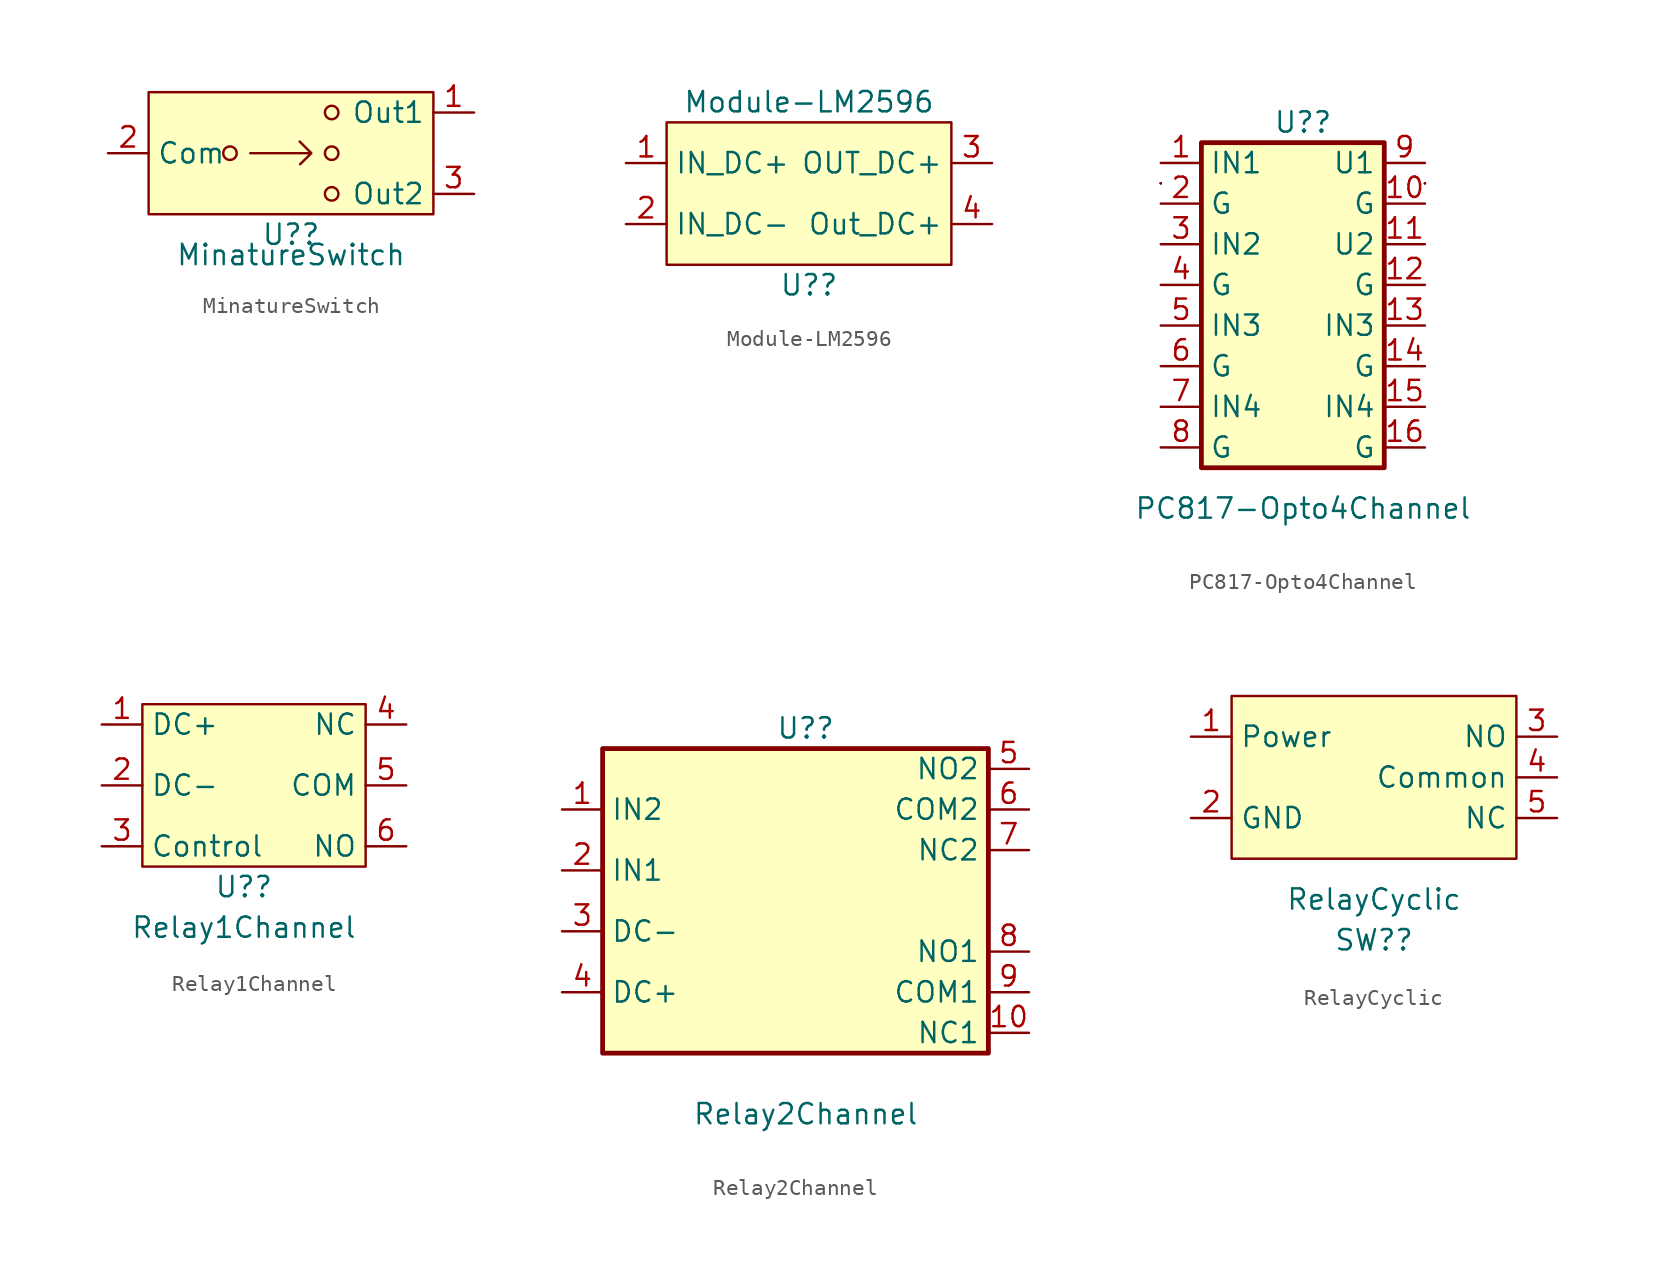
<source format=kicad_sym>
(kicad_symbol_lib
  (version 20211014)
  (generator kicad_symbol_editor)
  (symbol "MinatureSwitch"
    (property "Reference" "U?"
      (at 0 -5.08 0)
      (effects (font (size 1.27 1.27))))
    (property "Value" "MinatureSwitch"
      (at 0 -6.35 0)
      (effects (font (size 1.27 1.27))))
    (symbol "MinatureSwitch_0_1"
      (rectangle (start -8.89 3.81) (end 8.89 -3.81) (stroke (width 0) (type default) (color 0 0 0 0)) (fill (type background)))
      (circle (center -3.81 0) (radius 0.421) (stroke (width 0) (type default) (color 0 0 0 0)) (fill (type none)))
      (polyline (pts (xy -2.54 0) (xy 1.27 0) (xy 0.54 0.729) (xy 1.27 0) (xy 0.566 -0.69)) (stroke (width 0) (type default) (color 0 0 0 0)) (fill (type none)))
      (circle (center 2.54 -2.54) (radius 0.421) (stroke (width 0) (type default) (color 0 0 0 0)) (fill (type none)))
      (circle (center 2.54 0) (radius 0.421) (stroke (width 0) (type default) (color 0 0 0 0)) (fill (type none)))
      (circle (center 2.54 2.54) (radius 0.421) (stroke (width 0) (type default) (color 0 0 0 0)) (fill (type none))))
    (symbol "MinatureSwitch_1_1"
      (pin output line (at 11.43 2.54 180) (length 2.54) (name "Out1" (effects (font (size 1.27 1.27)))) (number "1" (effects (font (size 1.27 1.27)))))
      (pin input line (at -11.43 0 0) (length 2.54) (name "Com" (effects (font (size 1.27 1.27)))) (number "2" (effects (font (size 1.27 1.27)))))
      (pin output line (at 11.43 -2.54 180) (length 2.54) (name "Out2" (effects (font (size 1.27 1.27)))) (number "3" (effects (font (size 1.27 1.27)))))))
  (symbol "Module-LM2596"
    (property "Reference" "U?"
      (at 0 -3.81 0)
      (effects (font (size 1.27 1.27))))
    (property "Value" "Module-LM2596"
      (at 0 7.62 0)
      (effects (font (size 1.27 1.27))))
    (symbol "Module-LM2596_0_1"
      (rectangle (start -8.89 6.35) (end 8.89 -2.54) (stroke (width 0) (type default) (color 0 0 0 0)) (fill (type background))))
    (symbol "Module-LM2596_1_1"
      (pin input line (at -11.43 3.81 0) (length 2.54) (name "IN_DC+" (effects (font (size 1.27 1.27)))) (number "1" (effects (font (size 1.27 1.27)))))
      (pin input line (at -11.43 0 0) (length 2.54) (name "IN_DC-" (effects (font (size 1.27 1.27)))) (number "2" (effects (font (size 1.27 1.27)))))
      (pin output line (at 11.43 3.81 180) (length 2.54) (name "OUT_DC+" (effects (font (size 1.27 1.27)))) (number "3" (effects (font (size 1.27 1.27)))))
      (pin output line (at 11.43 0 180) (length 2.54) (name "Out_DC+" (effects (font (size 1.27 1.27)))) (number "4" (effects (font (size 1.27 1.27)))))))
  (symbol "PC817-Opto4Channel"
    (property "Reference" "U?"
      (at 1.27 7.62 0)
      (effects (font (size 1.27 1.27))))
    (property "Value" "PC817-Opto4Channel"
      (at 1.27 -16.51 0)
      (effects (font (size 1.27 1.27))))
    (symbol "PC817-Opto4Channel_0_1"
      (rectangle (start -7.62 3.81) (end -7.62 3.81) (stroke (width 0) (type default) (color 0 0 0 0)) (fill (type none)))
      (rectangle (start -7.62 3.81) (end -7.62 3.81) (stroke (width 0) (type default) (color 0 0 0 0)) (fill (type none)))
      (rectangle (start -7.62 3.81) (end -7.62 3.81) (stroke (width 0) (type default) (color 0 0 0 0)) (fill (type none)))
      (rectangle (start -5.08 6.35) (end 6.35 -13.97) (stroke (width 0.3) (type default) (color 0 0 0 0)) (fill (type background)))
      (rectangle (start 8.89 3.81) (end 8.89 3.81) (stroke (width 0) (type default) (color 0 0 0 0)) (fill (type none)))
      (rectangle (start 8.89 3.81) (end 8.89 3.81) (stroke (width 0) (type default) (color 0 0 0 0)) (fill (type none)))
      (rectangle (start 8.89 3.81) (end 8.89 3.81) (stroke (width 0) (type default) (color 0 0 0 0)) (fill (type none))))
    (symbol "PC817-Opto4Channel_1_1"
      (pin input line (at -7.62 5.08 0) (length 2.54) (name "IN1" (effects (font (size 1.27 1.27)))) (number "1" (effects (font (size 1.27 1.27)))))
      (pin output line (at 8.89 2.54 180) (length 2.54) (name "G" (effects (font (size 1.27 1.27)))) (number "10" (effects (font (size 1.27 1.27)))))
      (pin input line (at 8.89 0 180) (length 2.54) (name "U2" (effects (font (size 1.27 1.27)))) (number "11" (effects (font (size 1.27 1.27)))))
      (pin output line (at 8.89 -2.54 180) (length 2.54) (name "G" (effects (font (size 1.27 1.27)))) (number "12" (effects (font (size 1.27 1.27)))))
      (pin input line (at 8.89 -5.08 180) (length 2.54) (name "IN3" (effects (font (size 1.27 1.27)))) (number "13" (effects (font (size 1.27 1.27)))))
      (pin output line (at 8.89 -7.62 180) (length 2.54) (name "G" (effects (font (size 1.27 1.27)))) (number "14" (effects (font (size 1.27 1.27)))))
      (pin input line (at 8.89 -10.16 180) (length 2.54) (name "IN4" (effects (font (size 1.27 1.27)))) (number "15" (effects (font (size 1.27 1.27)))))
      (pin output line (at 8.89 -12.7 180) (length 2.54) (name "G" (effects (font (size 1.27 1.27)))) (number "16" (effects (font (size 1.27 1.27)))))
      (pin output line (at -7.62 2.54 0) (length 2.54) (name "G" (effects (font (size 1.27 1.27)))) (number "2" (effects (font (size 1.27 1.27)))))
      (pin input line (at -7.62 0 0) (length 2.54) (name "IN2" (effects (font (size 1.27 1.27)))) (number "3" (effects (font (size 1.27 1.27)))))
      (pin output line (at -7.62 -2.54 0) (length 2.54) (name "G" (effects (font (size 1.27 1.27)))) (number "4" (effects (font (size 1.27 1.27)))))
      (pin input line (at -7.62 -5.08 0) (length 2.54) (name "IN3" (effects (font (size 1.27 1.27)))) (number "5" (effects (font (size 1.27 1.27)))))
      (pin output line (at -7.62 -7.62 0) (length 2.54) (name "G" (effects (font (size 1.27 1.27)))) (number "6" (effects (font (size 1.27 1.27)))))
      (pin input line (at -7.62 -10.16 0) (length 2.54) (name "IN4" (effects (font (size 1.27 1.27)))) (number "7" (effects (font (size 1.27 1.27)))))
      (pin output line (at -7.62 -12.7 0) (length 2.54) (name "G" (effects (font (size 1.27 1.27)))) (number "8" (effects (font (size 1.27 1.27)))))
      (pin input line (at 8.89 5.08 180) (length 2.54) (name "U1" (effects (font (size 1.27 1.27)))) (number "9" (effects (font (size 1.27 1.27)))))))
  (symbol "Relay1Channel"
    (property "Reference" "U?"
      (at 0 -7.62 0)
      (effects (font (size 1.27 1.27))))
    (property "Value" "Relay1Channel"
      (at 0 -10.16 0)
      (effects (font (size 1.27 1.27))))
    (symbol "Relay1Channel_0_1"
      (rectangle (start -6.35 3.81) (end 7.62 -6.35) (stroke (width 0) (type default) (color 0 0 0 0)) (fill (type background))))
    (symbol "Relay1Channel_1_1"
      (pin input line (at -8.89 2.54 0) (length 2.54) (name "DC+" (effects (font (size 1.27 1.27)))) (number "1" (effects (font (size 1.27 1.27)))))
      (pin output line (at -8.89 -1.27 0) (length 2.54) (name "DC-" (effects (font (size 1.27 1.27)))) (number "2" (effects (font (size 1.27 1.27)))))
      (pin input line (at -8.89 -5.08 0) (length 2.54) (name "Control" (effects (font (size 1.27 1.27)))) (number "3" (effects (font (size 1.27 1.27)))))
      (pin output line (at 10.16 2.54 180) (length 2.54) (name "NC" (effects (font (size 1.27 1.27)))) (number "4" (effects (font (size 1.27 1.27)))))
      (pin input line (at 10.16 -1.27 180) (length 2.54) (name "COM" (effects (font (size 1.27 1.27)))) (number "5" (effects (font (size 1.27 1.27)))))
      (pin output line (at 10.16 -5.08 180) (length 2.54) (name "NO" (effects (font (size 1.27 1.27)))) (number "6" (effects (font (size 1.27 1.27)))))))
  (symbol "Relay2Channel"
    (property "Reference" "U?"
      (at 0 11.43 0)
      (effects (font (size 1.27 1.27))))
    (property "Value" "Relay2Channel"
      (at 0 -12.7 0)
      (effects (font (size 1.27 1.27))))
    (symbol "Relay2Channel_0_1"
      (rectangle (start -12.7 10.16) (end 11.43 -8.89) (stroke (width 0.3) (type default) (color 0 0 0 0)) (fill (type background))))
    (symbol "Relay2Channel_1_1"
      (pin input line (at -15.24 6.35 0) (length 2.54) (name "IN2" (effects (font (size 1.27 1.27)))) (number "1" (effects (font (size 1.27 1.27)))))
      (pin output line (at 13.97 -7.62 180) (length 2.54) (name "NC1" (effects (font (size 1.27 1.27)))) (number "10" (effects (font (size 1.27 1.27)))))
      (pin input line (at -15.24 2.54 0) (length 2.54) (name "IN1" (effects (font (size 1.27 1.27)))) (number "2" (effects (font (size 1.27 1.27)))))
      (pin output line (at -15.24 -1.27 0) (length 2.54) (name "DC-" (effects (font (size 1.27 1.27)))) (number "3" (effects (font (size 1.27 1.27)))))
      (pin input line (at -15.24 -5.08 0) (length 2.54) (name "DC+" (effects (font (size 1.27 1.27)))) (number "4" (effects (font (size 1.27 1.27)))))
      (pin output line (at 13.97 8.89 180) (length 2.54) (name "NO2" (effects (font (size 1.27 1.27)))) (number "5" (effects (font (size 1.27 1.27)))))
      (pin input line (at 13.97 6.35 180) (length 2.54) (name "COM2" (effects (font (size 1.27 1.27)))) (number "6" (effects (font (size 1.27 1.27)))))
      (pin output line (at 13.97 3.81 180) (length 2.54) (name "NC2" (effects (font (size 1.27 1.27)))) (number "7" (effects (font (size 1.27 1.27)))))
      (pin output line (at 13.97 -2.54 180) (length 2.54) (name "NO1" (effects (font (size 1.27 1.27)))) (number "8" (effects (font (size 1.27 1.27)))))
      (pin input line (at 13.97 -5.08 180) (length 2.54) (name "COM1" (effects (font (size 1.27 1.27)))) (number "9" (effects (font (size 1.27 1.27)))))))
  (symbol "RelayCyclic"
    (property "Reference" "SW?"
      (at 0 -10.16 0)
      (effects (font (size 1.27 1.27))))
    (property "Value" "RelayCyclic"
      (at 0 -7.62 0)
      (effects (font (size 1.27 1.27))))
    (symbol "RelayCyclic_0_1"
      (rectangle (start -8.89 5.08) (end 8.89 -5.08) (stroke (width 0) (type default) (color 0 0 0 0)) (fill (type background))))
    (symbol "RelayCyclic_1_1"
      (pin input line (at -11.43 2.54 0) (length 2.54) (name "Power" (effects (font (size 1.27 1.27)))) (number "1" (effects (font (size 1.27 1.27)))))
      (pin input line (at -11.43 -2.54 0) (length 2.54) (name "GND" (effects (font (size 1.27 1.27)))) (number "2" (effects (font (size 1.27 1.27)))))
      (pin input line (at 11.43 2.54 180) (length 2.54) (name "NO" (effects (font (size 1.27 1.27)))) (number "3" (effects (font (size 1.27 1.27)))))
      (pin input line (at 11.43 0 180) (length 2.54) (name "Common" (effects (font (size 1.27 1.27)))) (number "4" (effects (font (size 1.27 1.27)))))
      (pin input line (at 11.43 -2.54 180) (length 2.54) (name "NC" (effects (font (size 1.27 1.27)))) (number "5" (effects (font (size 1.27 1.27))))))))
</source>
